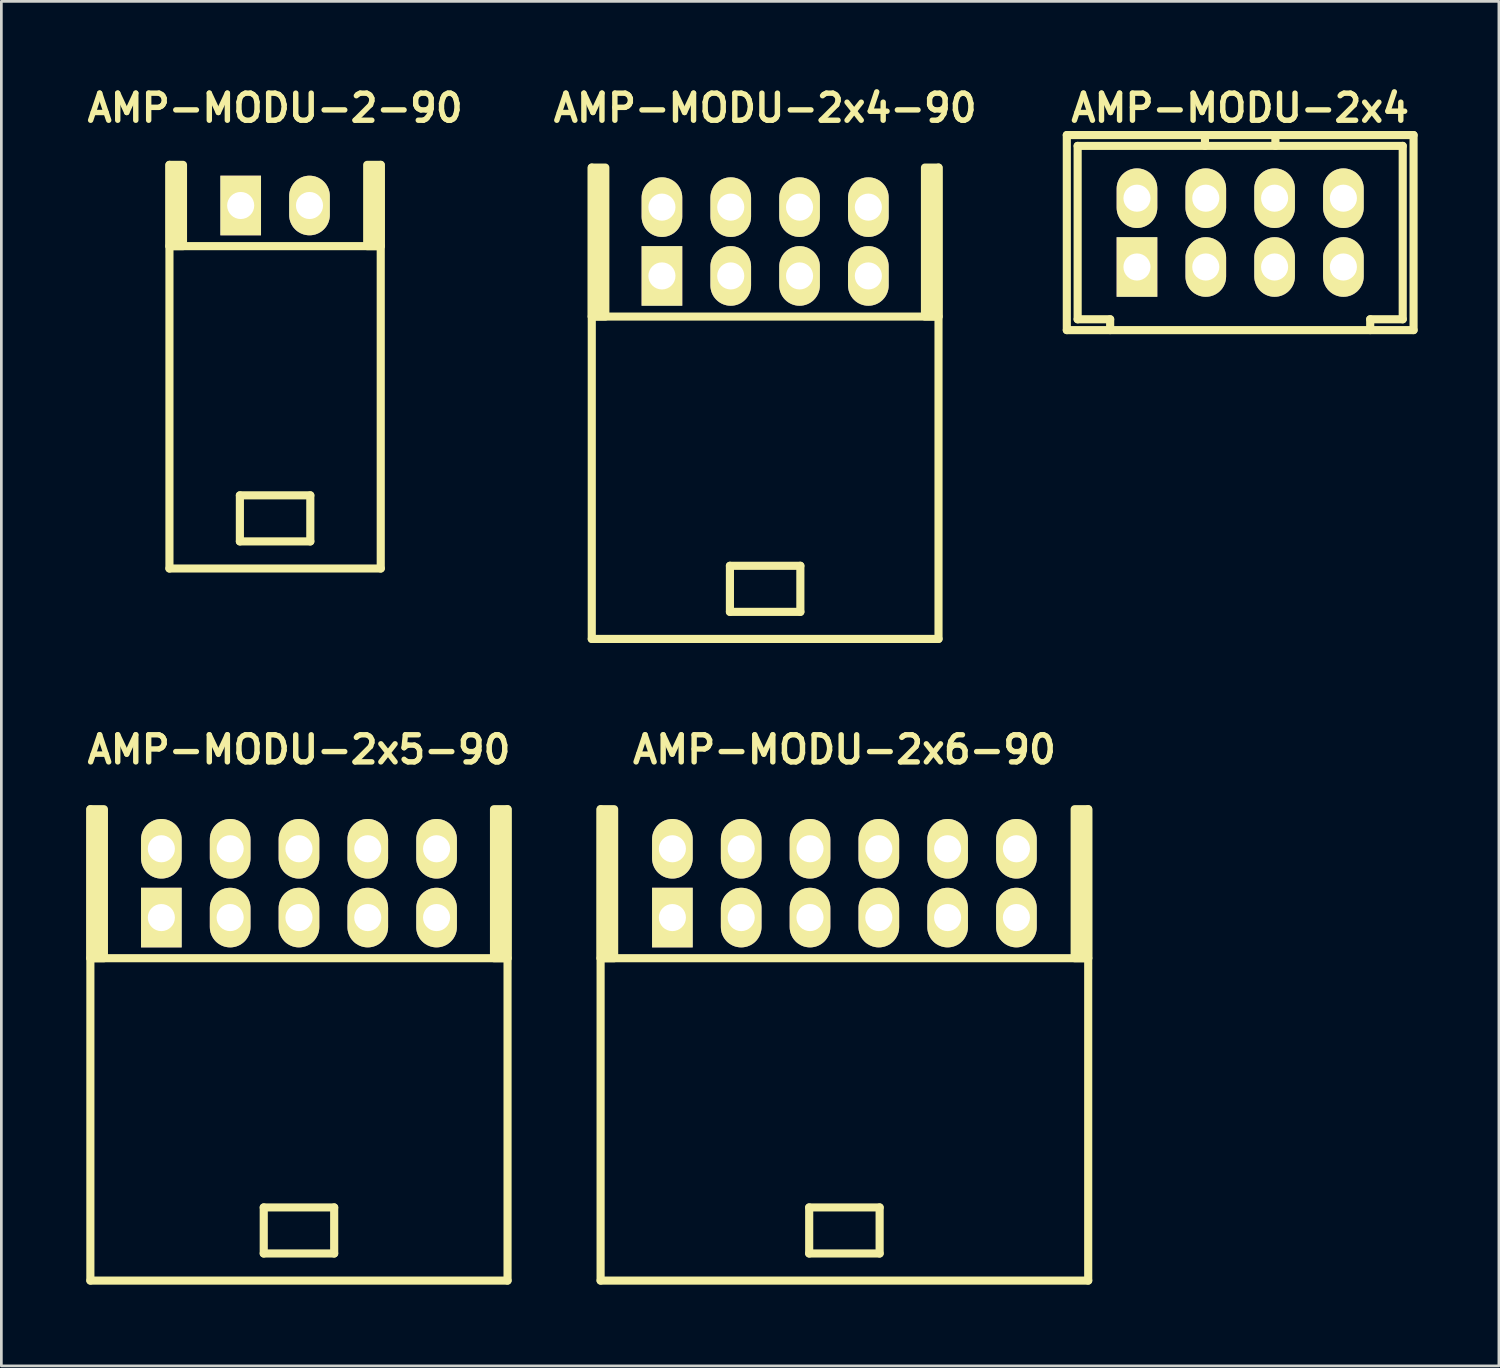
<source format=kicad_pcb>
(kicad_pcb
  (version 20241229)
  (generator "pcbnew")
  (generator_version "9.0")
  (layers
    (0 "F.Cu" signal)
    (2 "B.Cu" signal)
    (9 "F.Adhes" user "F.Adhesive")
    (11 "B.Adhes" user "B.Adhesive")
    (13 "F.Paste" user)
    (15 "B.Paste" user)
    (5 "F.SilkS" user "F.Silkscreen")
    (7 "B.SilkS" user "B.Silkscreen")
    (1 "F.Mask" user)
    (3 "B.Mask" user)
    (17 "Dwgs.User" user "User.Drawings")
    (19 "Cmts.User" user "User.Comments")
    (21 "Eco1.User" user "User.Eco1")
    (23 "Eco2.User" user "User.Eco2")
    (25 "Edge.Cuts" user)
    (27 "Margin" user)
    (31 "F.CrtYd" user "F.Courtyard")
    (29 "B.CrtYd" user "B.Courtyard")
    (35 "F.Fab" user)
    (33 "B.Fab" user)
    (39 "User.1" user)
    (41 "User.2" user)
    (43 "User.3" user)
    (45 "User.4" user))
  (footprint "AMP-MODU-2x5-90"
    (layer "F.Cu")
    (at 7.986 30.822)
    (property "Reference" "AMP-MODU-2x5-90" (at 0 -6.2 0) (layer "F.SilkS") (effects (font (size 1 1) (thickness 0.2))))
    (attr through_hole)
    (fp_line (start -7.7 -4) (end -7.7 13.4) (stroke (width 0.3) (type solid)) (layer "F.SilkS"))
    (fp_line (start -7.7 1.5) (end 7.7 1.5) (stroke (width 0.3) (type solid)) (layer "F.SilkS"))
    (fp_line (start -1.3 10.7) (end -1.3 12.4) (stroke (width 0.3) (type solid)) (layer "F.SilkS"))
    (fp_line (start -1.3 10.7) (end 1.3 10.7) (stroke (width 0.3) (type solid)) (layer "F.SilkS"))
    (fp_line (start -1.3 12.4) (end 1.3 12.4) (stroke (width 0.3) (type solid)) (layer "F.SilkS"))
    (fp_line (start 1.3 10.7) (end 1.3 12.4) (stroke (width 0.3) (type solid)) (layer "F.SilkS"))
    (fp_line (start 7.7 -4) (end 7.7 13.4) (stroke (width 0.3) (type solid)) (layer "F.SilkS"))
    (fp_line (start 7.7 13.4) (end -7.7 13.4) (stroke (width 0.3) (type solid)) (layer "F.SilkS"))
    (fp_poly (pts (xy -7.2 1.5) (xy -7.7 1.5) (xy -7.7 -4) (xy -7.2 -4)) (stroke (width 0.3) (type solid)) (fill yes) (layer "F.SilkS"))
    (fp_poly (pts (xy 7.7 1.5) (xy 7.2 1.5) (xy 7.2 -4) (xy 7.7 -4)) (stroke (width 0.3) (type solid)) (fill yes) (layer "F.SilkS"))
    (pad "1" thru_hole rect (at -5.08 0) (size 1.5 2.2) (drill 1) (layers "*.Cu" "*.Mask" "F.SilkS"))
    (pad "2" thru_hole oval (at -5.08 -2.54) (size 1.5 2.2) (drill 1) (layers "*.Cu" "*.Mask" "F.SilkS"))
    (pad "3" thru_hole oval (at -2.54 0) (size 1.5 2.2) (drill 1) (layers "*.Cu" "*.Mask" "F.SilkS"))
    (pad "4" thru_hole oval (at -2.54 -2.54) (size 1.5 2.2) (drill 1) (layers "*.Cu" "*.Mask" "F.SilkS"))
    (pad "5" thru_hole oval (at 0 0) (size 1.5 2.2) (drill 1) (layers "*.Cu" "*.Mask" "F.SilkS"))
    (pad "6" thru_hole oval (at 0 -2.54) (size 1.5 2.2) (drill 1) (layers "*.Cu" "*.Mask" "F.SilkS"))
    (pad "7" thru_hole oval (at 2.54 0) (size 1.5 2.2) (drill 1) (layers "*.Cu" "*.Mask" "F.SilkS"))
    (pad "8" thru_hole oval (at 2.54 -2.54) (size 1.5 2.2) (drill 1) (layers "*.Cu" "*.Mask" "F.SilkS"))
    (pad "9" thru_hole oval (at 5.08 0) (size 1.5 2.2) (drill 1) (layers "*.Cu" "*.Mask" "F.SilkS"))
    (pad "10" thru_hole oval (at 5.08 -2.54) (size 1.5 2.2) (drill 1) (layers "*.Cu" "*.Mask" "F.SilkS")))
  (footprint "AMP-MODU-2x6-90"
    (layer "F.Cu")
    (at 28.121 30.822)
    (property "Reference" "AMP-MODU-2x6-90" (at 0 -6.2 0) (layer "F.SilkS") (effects (font (size 1 1) (thickness 0.2))))
    (attr through_hole)
    (fp_line (start -9 -4) (end -9 13.4) (stroke (width 0.3) (type solid)) (layer "F.SilkS"))
    (fp_line (start -9 1.5) (end 9 1.5) (stroke (width 0.3) (type solid)) (layer "F.SilkS"))
    (fp_line (start -1.3 10.7) (end -1.3 12.4) (stroke (width 0.3) (type solid)) (layer "F.SilkS"))
    (fp_line (start -1.3 10.7) (end 1.3 10.7) (stroke (width 0.3) (type solid)) (layer "F.SilkS"))
    (fp_line (start -1.3 12.4) (end 1.3 12.4) (stroke (width 0.3) (type solid)) (layer "F.SilkS"))
    (fp_line (start 1.3 10.7) (end 1.3 12.4) (stroke (width 0.3) (type solid)) (layer "F.SilkS"))
    (fp_line (start 9 -4) (end 9 13.4) (stroke (width 0.3) (type solid)) (layer "F.SilkS"))
    (fp_line (start 9 13.4) (end -9 13.4) (stroke (width 0.3) (type solid)) (layer "F.SilkS"))
    (fp_poly (pts (xy -8.5 1.5) (xy -9 1.5) (xy -9 -4) (xy -8.5 -4)) (stroke (width 0.3) (type solid)) (fill yes) (layer "F.SilkS"))
    (fp_poly (pts (xy 9 1.5) (xy 8.5 1.5) (xy 8.5 -4) (xy 9 -4)) (stroke (width 0.3) (type solid)) (fill yes) (layer "F.SilkS"))
    (pad "1" thru_hole rect (at -6.35 0) (size 1.5 2.2) (drill 1) (layers "*.Cu" "*.Mask" "F.SilkS"))
    (pad "2" thru_hole oval (at -6.35 -2.54) (size 1.5 2.2) (drill 1) (layers "*.Cu" "*.Mask" "F.SilkS"))
    (pad "3" thru_hole oval (at -3.81 0) (size 1.5 2.2) (drill 1) (layers "*.Cu" "*.Mask" "F.SilkS"))
    (pad "4" thru_hole oval (at -3.81 -2.54) (size 1.5 2.2) (drill 1) (layers "*.Cu" "*.Mask" "F.SilkS"))
    (pad "5" thru_hole oval (at -1.27 0) (size 1.5 2.2) (drill 1) (layers "*.Cu" "*.Mask" "F.SilkS"))
    (pad "6" thru_hole oval (at -1.27 -2.54) (size 1.5 2.2) (drill 1) (layers "*.Cu" "*.Mask" "F.SilkS"))
    (pad "7" thru_hole oval (at 1.27 0) (size 1.5 2.2) (drill 1) (layers "*.Cu" "*.Mask" "F.SilkS"))
    (pad "8" thru_hole oval (at 1.27 -2.54) (size 1.5 2.2) (drill 1) (layers "*.Cu" "*.Mask" "F.SilkS"))
    (pad "9" thru_hole oval (at 3.81 0) (size 1.5 2.2) (drill 1) (layers "*.Cu" "*.Mask" "F.SilkS"))
    (pad "10" thru_hole oval (at 3.81 -2.54) (size 1.5 2.2) (drill 1) (layers "*.Cu" "*.Mask" "F.SilkS"))
    (pad "11" thru_hole oval (at 6.35 0) (size 1.5 2.2) (drill 1) (layers "*.Cu" "*.Mask" "F.SilkS"))
    (pad "12" thru_hole oval (at 6.35 -2.54) (size 1.5 2.2) (drill 1) (layers "*.Cu" "*.Mask" "F.SilkS")))
  (footprint "AMP-MODU-2x4"
    (layer "F.Cu")
    (at 42.731 5.536)
    (property "Reference" "AMP-MODU-2x4" (at 0 -4.6 0) (layer "F.SilkS") (effects (font (size 1 1) (thickness 0.2))))
    (attr through_hole)
    (fp_line (start -6.4 -3.6) (end 6.4 -3.6) (stroke (width 0.3) (type solid)) (layer "F.SilkS"))
    (fp_line (start -6.4 3.6) (end -6.4 -3.6) (stroke (width 0.3) (type solid)) (layer "F.SilkS"))
    (fp_line (start -6 -3.2) (end -6 3.2) (stroke (width 0.3) (type solid)) (layer "F.SilkS"))
    (fp_line (start -4.8 3.2) (end -6 3.2) (stroke (width 0.3) (type solid)) (layer "F.SilkS"))
    (fp_line (start -4.8 3.2) (end -4.8 3.6) (stroke (width 0.3) (type solid)) (layer "F.SilkS"))
    (fp_line (start -1.3 -3.2) (end -1.3 -3.6) (stroke (width 0.3) (type solid)) (layer "F.SilkS"))
    (fp_line (start 1.3 -3.6) (end 1.3 -3.2) (stroke (width 0.3) (type solid)) (layer "F.SilkS"))
    (fp_line (start 4.8 3.6) (end 4.8 3.2) (stroke (width 0.3) (type solid)) (layer "F.SilkS"))
    (fp_line (start 6 -3.2) (end -6 -3.2) (stroke (width 0.3) (type solid)) (layer "F.SilkS"))
    (fp_line (start 6 3.2) (end 4.8 3.2) (stroke (width 0.3) (type solid)) (layer "F.SilkS"))
    (fp_line (start 6 3.2) (end 6 -3.2) (stroke (width 0.3) (type solid)) (layer "F.SilkS"))
    (fp_line (start 6.4 -3.6) (end 6.4 3.6) (stroke (width 0.3) (type solid)) (layer "F.SilkS"))
    (fp_line (start 6.4 3.6) (end -6.4 3.6) (stroke (width 0.3) (type solid)) (layer "F.SilkS"))
    (pad "1" thru_hole rect (at -3.81 1.27) (size 1.5 2.2) (drill 1) (layers "*.Cu" "*.Mask" "F.SilkS"))
    (pad "2" thru_hole oval (at -3.81 -1.27) (size 1.5 2.2) (drill 1) (layers "*.Cu" "*.Mask" "F.SilkS"))
    (pad "3" thru_hole oval (at -1.27 1.27) (size 1.5 2.2) (drill 1) (layers "*.Cu" "*.Mask" "F.SilkS"))
    (pad "4" thru_hole oval (at -1.27 -1.27) (size 1.5 2.2) (drill 1) (layers "*.Cu" "*.Mask" "F.SilkS"))
    (pad "5" thru_hole oval (at 1.27 1.27) (size 1.5 2.2) (drill 1) (layers "*.Cu" "*.Mask" "F.SilkS"))
    (pad "6" thru_hole oval (at 1.27 -1.27) (size 1.5 2.2) (drill 1) (layers "*.Cu" "*.Mask" "F.SilkS"))
    (pad "7" thru_hole oval (at 3.81 1.27) (size 1.5 2.2) (drill 1) (layers "*.Cu" "*.Mask" "F.SilkS"))
    (pad "8" thru_hole oval (at 3.81 -1.27) (size 1.5 2.2) (drill 1) (layers "*.Cu" "*.Mask" "F.SilkS")))
  (footprint "AMP-MODU-2-90"
    (layer "F.Cu")
    (at 7.105 4.536)
    (property "Reference" "AMP-MODU-2-90" (at 0 -3.6 0) (layer "F.SilkS") (effects (font (size 1 1) (thickness 0.2))))
    (attr through_hole)
    (fp_line (start -3.9 -1.5) (end -3.9 13.4) (stroke (width 0.3) (type solid)) (layer "F.SilkS"))
    (fp_line (start -3.9 1.5) (end 3.9 1.5) (stroke (width 0.3) (type solid)) (layer "F.SilkS"))
    (fp_line (start -1.3 10.7) (end -1.3 12.4) (stroke (width 0.3) (type solid)) (layer "F.SilkS"))
    (fp_line (start -1.3 10.7) (end 1.3 10.7) (stroke (width 0.3) (type solid)) (layer "F.SilkS"))
    (fp_line (start -1.3 12.4) (end 1.3 12.4) (stroke (width 0.3) (type solid)) (layer "F.SilkS"))
    (fp_line (start 1.3 10.7) (end 1.3 12.4) (stroke (width 0.3) (type solid)) (layer "F.SilkS"))
    (fp_line (start 3.9 -1.5) (end 3.9 13.4) (stroke (width 0.3) (type solid)) (layer "F.SilkS"))
    (fp_line (start 3.9 13.4) (end -3.9 13.4) (stroke (width 0.3) (type solid)) (layer "F.SilkS"))
    (fp_poly (pts (xy -3.4 1.5) (xy -3.9 1.5) (xy -3.9 -1.5) (xy -3.4 -1.5)) (stroke (width 0.3) (type solid)) (fill yes) (layer "F.SilkS"))
    (fp_poly (pts (xy 3.9 1.5) (xy 3.4 1.5) (xy 3.4 -1.5) (xy 3.9 -1.5)) (stroke (width 0.3) (type solid)) (fill yes) (layer "F.SilkS"))
    (pad "1" thru_hole rect (at -1.27 0) (size 1.5 2.2) (drill 1) (layers "*.Cu" "*.Mask" "F.SilkS"))
    (pad "2" thru_hole oval (at 1.27 0) (size 1.5 2.2) (drill 1) (layers "*.Cu" "*.Mask" "F.SilkS")))
  (footprint "AMP-MODU-2x4-90"
    (layer "F.Cu")
    (at 25.195 7.136)
    (property "Reference" "AMP-MODU-2x4-90" (at 0 -6.2 0) (layer "F.SilkS") (effects (font (size 1 1) (thickness 0.2))))
    (attr through_hole)
    (fp_line (start -6.4 -4) (end -6.4 13.4) (stroke (width 0.3) (type solid)) (layer "F.SilkS"))
    (fp_line (start -6.4 1.5) (end 6.4 1.5) (stroke (width 0.3) (type solid)) (layer "F.SilkS"))
    (fp_line (start -1.3 10.7) (end -1.3 12.4) (stroke (width 0.3) (type solid)) (layer "F.SilkS"))
    (fp_line (start -1.3 10.7) (end 1.3 10.7) (stroke (width 0.3) (type solid)) (layer "F.SilkS"))
    (fp_line (start -1.3 12.4) (end 1.3 12.4) (stroke (width 0.3) (type solid)) (layer "F.SilkS"))
    (fp_line (start 1.3 10.7) (end 1.3 12.4) (stroke (width 0.3) (type solid)) (layer "F.SilkS"))
    (fp_line (start 6.4 -4) (end 6.4 13.4) (stroke (width 0.3) (type solid)) (layer "F.SilkS"))
    (fp_line (start 6.4 13.4) (end -6.4 13.4) (stroke (width 0.3) (type solid)) (layer "F.SilkS"))
    (fp_poly (pts (xy -5.9 1.5) (xy -6.4 1.5) (xy -6.4 -4) (xy -5.9 -4)) (stroke (width 0.3) (type solid)) (fill yes) (layer "F.SilkS"))
    (fp_poly (pts (xy 6.4 1.5) (xy 5.9 1.5) (xy 5.9 -4) (xy 6.4 -4)) (stroke (width 0.3) (type solid)) (fill yes) (layer "F.SilkS"))
    (pad "1" thru_hole rect (at -3.81 0) (size 1.5 2.2) (drill 1) (layers "*.Cu" "*.Mask" "F.SilkS"))
    (pad "2" thru_hole oval (at -3.81 -2.54) (size 1.5 2.2) (drill 1) (layers "*.Cu" "*.Mask" "F.SilkS"))
    (pad "3" thru_hole oval (at -1.27 0) (size 1.5 2.2) (drill 1) (layers "*.Cu" "*.Mask" "F.SilkS"))
    (pad "4" thru_hole oval (at -1.27 -2.54) (size 1.5 2.2) (drill 1) (layers "*.Cu" "*.Mask" "F.SilkS"))
    (pad "5" thru_hole oval (at 1.27 0) (size 1.5 2.2) (drill 1) (layers "*.Cu" "*.Mask" "F.SilkS"))
    (pad "6" thru_hole oval (at 1.27 -2.54) (size 1.5 2.2) (drill 1) (layers "*.Cu" "*.Mask" "F.SilkS"))
    (pad "7" thru_hole oval (at 3.81 0) (size 1.5 2.2) (drill 1) (layers "*.Cu" "*.Mask" "F.SilkS"))
    (pad "8" thru_hole oval (at 3.81 -2.54) (size 1.5 2.2) (drill 1) (layers "*.Cu" "*.Mask" "F.SilkS")))
  (gr_rect
    (start -3 -3)
    (end 52.281 47.372)
    (stroke (width 0.1) (type default))
    (fill no)
    (layer "Edge.Cuts")))
</source>
